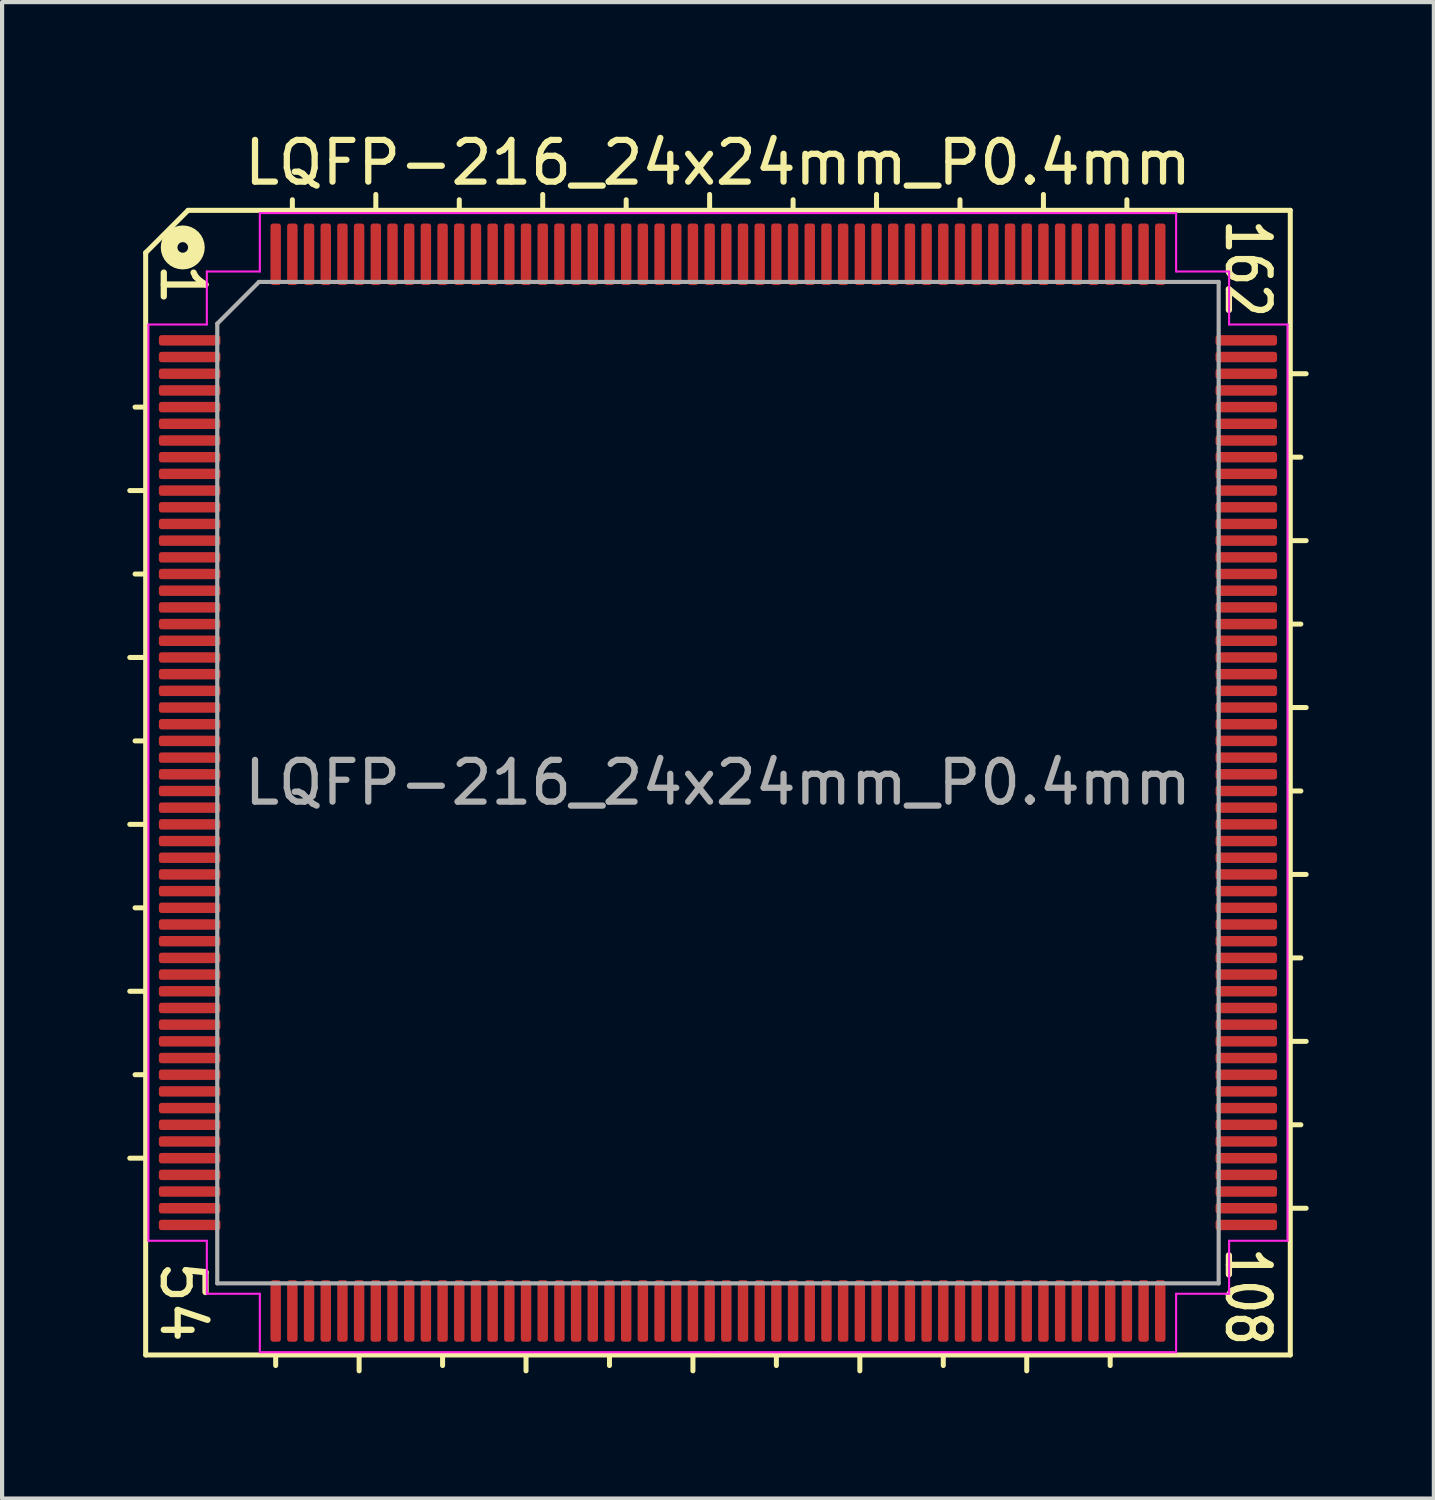
<source format=kicad_pcb>
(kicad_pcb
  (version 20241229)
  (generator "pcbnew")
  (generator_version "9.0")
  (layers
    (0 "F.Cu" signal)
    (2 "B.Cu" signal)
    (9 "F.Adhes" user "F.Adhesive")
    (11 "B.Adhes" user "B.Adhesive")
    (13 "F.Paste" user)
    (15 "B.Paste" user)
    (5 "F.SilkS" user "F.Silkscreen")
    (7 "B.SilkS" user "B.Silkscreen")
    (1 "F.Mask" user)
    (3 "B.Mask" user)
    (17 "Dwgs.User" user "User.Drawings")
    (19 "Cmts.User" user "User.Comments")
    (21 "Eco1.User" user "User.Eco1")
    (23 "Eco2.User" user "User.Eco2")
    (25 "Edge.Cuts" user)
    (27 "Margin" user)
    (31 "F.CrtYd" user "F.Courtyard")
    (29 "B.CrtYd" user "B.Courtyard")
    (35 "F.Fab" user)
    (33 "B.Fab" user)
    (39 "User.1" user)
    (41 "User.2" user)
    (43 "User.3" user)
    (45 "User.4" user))
  (footprint "LQFP-216_24x24mm_P0.4mm"
    (layer "F.Cu")
    (at 14.157 15.707)
    (property "Reference" "LQFP-216_24x24mm_P0.4mm" (at 0 -14.859 0) (layer "F.SilkS") (effects (font (size 1 1) (thickness 0.15))))
    (attr smd)
    (fp_line (start -14.097 -7) (end -13.716 -7) (stroke (width 0.12) (type solid)) (layer "F.SilkS"))
    (fp_line (start -14.097 -3) (end -13.716 -3) (stroke (width 0.12) (type solid)) (layer "F.SilkS"))
    (fp_line (start -14.097 1) (end -13.716 1) (stroke (width 0.12) (type solid)) (layer "F.SilkS"))
    (fp_line (start -14.097 5) (end -13.716 5) (stroke (width 0.12) (type solid)) (layer "F.SilkS"))
    (fp_line (start -14.097 9) (end -13.716 9) (stroke (width 0.12) (type solid)) (layer "F.SilkS"))
    (fp_line (start -13.97 -9) (end -13.716 -9) (stroke (width 0.12) (type solid)) (layer "F.SilkS"))
    (fp_line (start -13.97 -5) (end -13.716 -5) (stroke (width 0.12) (type solid)) (layer "F.SilkS"))
    (fp_line (start -13.97 -1) (end -13.716 -1) (stroke (width 0.12) (type solid)) (layer "F.SilkS"))
    (fp_line (start -13.97 3) (end -13.716 3) (stroke (width 0.12) (type solid)) (layer "F.SilkS"))
    (fp_line (start -13.97 7) (end -13.716 7) (stroke (width 0.12) (type solid)) (layer "F.SilkS"))
    (fp_line (start -13.716 -12.7) (end -13.716 13.716) (stroke (width 0.12) (type solid)) (layer "F.SilkS"))
    (fp_line (start -13.716 13.716) (end 13.716 13.716) (stroke (width 0.12) (type solid)) (layer "F.SilkS"))
    (fp_line (start -12.7 -13.716) (end -13.716 -12.7) (stroke (width 0.12) (type solid)) (layer "F.SilkS"))
    (fp_line (start -10.6 13.97) (end -10.6 13.716) (stroke (width 0.12) (type solid)) (layer "F.SilkS"))
    (fp_line (start -10.2 -13.716) (end -10.2 -13.97) (stroke (width 0.12) (type solid)) (layer "F.SilkS"))
    (fp_line (start -8.6 14.097) (end -8.6 13.716) (stroke (width 0.12) (type solid)) (layer "F.SilkS"))
    (fp_line (start -8.2 -13.716) (end -8.2 -14.097) (stroke (width 0.12) (type solid)) (layer "F.SilkS"))
    (fp_line (start -6.6 13.97) (end -6.6 13.716) (stroke (width 0.12) (type solid)) (layer "F.SilkS"))
    (fp_line (start -6.2 -13.716) (end -6.2 -13.97) (stroke (width 0.12) (type solid)) (layer "F.SilkS"))
    (fp_line (start -4.6 14.097) (end -4.6 13.716) (stroke (width 0.12) (type solid)) (layer "F.SilkS"))
    (fp_line (start -4.2 -13.716) (end -4.2 -14.097) (stroke (width 0.12) (type solid)) (layer "F.SilkS"))
    (fp_line (start -2.6 13.97) (end -2.6 13.716) (stroke (width 0.12) (type solid)) (layer "F.SilkS"))
    (fp_line (start -2.2 -13.716) (end -2.2 -13.97) (stroke (width 0.12) (type solid)) (layer "F.SilkS"))
    (fp_line (start -0.6 14.097) (end -0.6 13.716) (stroke (width 0.12) (type solid)) (layer "F.SilkS"))
    (fp_line (start -0.2 -13.716) (end -0.2 -14.097) (stroke (width 0.12) (type solid)) (layer "F.SilkS"))
    (fp_line (start 1.4 13.97) (end 1.4 13.716) (stroke (width 0.12) (type solid)) (layer "F.SilkS"))
    (fp_line (start 1.8 -13.716) (end 1.8 -13.97) (stroke (width 0.12) (type solid)) (layer "F.SilkS"))
    (fp_line (start 3.4 14.097) (end 3.4 13.716) (stroke (width 0.12) (type solid)) (layer "F.SilkS"))
    (fp_line (start 3.8 -13.716) (end 3.8 -14.097) (stroke (width 0.12) (type solid)) (layer "F.SilkS"))
    (fp_line (start 5.4 13.97) (end 5.4 13.716) (stroke (width 0.12) (type solid)) (layer "F.SilkS"))
    (fp_line (start 5.8 -13.716) (end 5.8 -13.97) (stroke (width 0.12) (type solid)) (layer "F.SilkS"))
    (fp_line (start 7.4 14.097) (end 7.4 13.716) (stroke (width 0.12) (type solid)) (layer "F.SilkS"))
    (fp_line (start 7.8 -13.716) (end 7.8 -14.097) (stroke (width 0.12) (type solid)) (layer "F.SilkS"))
    (fp_line (start 9.4 13.97) (end 9.4 13.716) (stroke (width 0.12) (type solid)) (layer "F.SilkS"))
    (fp_line (start 9.8 -13.716) (end 9.8 -13.97) (stroke (width 0.12) (type solid)) (layer "F.SilkS"))
    (fp_line (start 13.716 -13.716) (end -12.7 -13.716) (stroke (width 0.12) (type solid)) (layer "F.SilkS"))
    (fp_line (start 13.716 -9.8) (end 14.097 -9.8) (stroke (width 0.12) (type solid)) (layer "F.SilkS"))
    (fp_line (start 13.716 -7.8) (end 13.97 -7.8) (stroke (width 0.12) (type solid)) (layer "F.SilkS"))
    (fp_line (start 13.716 -5.8) (end 14.097 -5.8) (stroke (width 0.12) (type solid)) (layer "F.SilkS"))
    (fp_line (start 13.716 -3.8) (end 13.97 -3.8) (stroke (width 0.12) (type solid)) (layer "F.SilkS"))
    (fp_line (start 13.716 -1.8) (end 14.097 -1.8) (stroke (width 0.12) (type solid)) (layer "F.SilkS"))
    (fp_line (start 13.716 0.2) (end 13.97 0.2) (stroke (width 0.12) (type solid)) (layer "F.SilkS"))
    (fp_line (start 13.716 2.2) (end 14.097 2.2) (stroke (width 0.12) (type solid)) (layer "F.SilkS"))
    (fp_line (start 13.716 4.2) (end 13.97 4.2) (stroke (width 0.12) (type solid)) (layer "F.SilkS"))
    (fp_line (start 13.716 6.2) (end 14.097 6.2) (stroke (width 0.12) (type solid)) (layer "F.SilkS"))
    (fp_line (start 13.716 8.2) (end 13.97 8.2) (stroke (width 0.12) (type solid)) (layer "F.SilkS"))
    (fp_line (start 13.716 10.2) (end 14.097 10.2) (stroke (width 0.12) (type solid)) (layer "F.SilkS"))
    (fp_line (start 13.716 13.716) (end 13.716 -13.716) (stroke (width 0.12) (type solid)) (layer "F.SilkS"))
    (fp_circle (center -12.827 -12.827) (end -12.7 -12.827) (stroke (width 0.4) (type solid)) (fill no) (layer "F.SilkS"))
    (fp_line (start -13.65 -10.98) (end -13.65 0) (stroke (width 0.05) (type solid)) (layer "F.CrtYd"))
    (fp_line (start -13.65 10.98) (end -13.65 0) (stroke (width 0.05) (type solid)) (layer "F.CrtYd"))
    (fp_line (start -12.25 -12.25) (end -12.25 -10.98) (stroke (width 0.05) (type solid)) (layer "F.CrtYd"))
    (fp_line (start -12.25 -10.98) (end -13.65 -10.98) (stroke (width 0.05) (type solid)) (layer "F.CrtYd"))
    (fp_line (start -12.25 10.98) (end -13.65 10.98) (stroke (width 0.05) (type solid)) (layer "F.CrtYd"))
    (fp_line (start -12.25 12.25) (end -12.25 10.98) (stroke (width 0.05) (type solid)) (layer "F.CrtYd"))
    (fp_line (start -10.98 -13.65) (end -10.98 -12.25) (stroke (width 0.05) (type solid)) (layer "F.CrtYd"))
    (fp_line (start -10.98 -12.25) (end -12.25 -12.25) (stroke (width 0.05) (type solid)) (layer "F.CrtYd"))
    (fp_line (start -10.98 12.25) (end -12.25 12.25) (stroke (width 0.05) (type solid)) (layer "F.CrtYd"))
    (fp_line (start -10.98 13.65) (end -10.98 12.25) (stroke (width 0.05) (type solid)) (layer "F.CrtYd"))
    (fp_line (start 0 -13.65) (end -10.98 -13.65) (stroke (width 0.05) (type solid)) (layer "F.CrtYd"))
    (fp_line (start 0 -13.65) (end 10.98 -13.65) (stroke (width 0.05) (type solid)) (layer "F.CrtYd"))
    (fp_line (start 0 13.65) (end -10.98 13.65) (stroke (width 0.05) (type solid)) (layer "F.CrtYd"))
    (fp_line (start 0 13.65) (end 10.98 13.65) (stroke (width 0.05) (type solid)) (layer "F.CrtYd"))
    (fp_line (start 10.98 -13.65) (end 10.98 -12.25) (stroke (width 0.05) (type solid)) (layer "F.CrtYd"))
    (fp_line (start 10.98 -12.25) (end 12.25 -12.25) (stroke (width 0.05) (type solid)) (layer "F.CrtYd"))
    (fp_line (start 10.98 12.25) (end 12.25 12.25) (stroke (width 0.05) (type solid)) (layer "F.CrtYd"))
    (fp_line (start 10.98 13.65) (end 10.98 12.25) (stroke (width 0.05) (type solid)) (layer "F.CrtYd"))
    (fp_line (start 12.25 -12.25) (end 12.25 -10.98) (stroke (width 0.05) (type solid)) (layer "F.CrtYd"))
    (fp_line (start 12.25 -10.98) (end 13.65 -10.98) (stroke (width 0.05) (type solid)) (layer "F.CrtYd"))
    (fp_line (start 12.25 10.98) (end 13.65 10.98) (stroke (width 0.05) (type solid)) (layer "F.CrtYd"))
    (fp_line (start 12.25 12.25) (end 12.25 10.98) (stroke (width 0.05) (type solid)) (layer "F.CrtYd"))
    (fp_line (start 13.65 -10.98) (end 13.65 0) (stroke (width 0.05) (type solid)) (layer "F.CrtYd"))
    (fp_line (start 13.65 10.98) (end 13.65 0) (stroke (width 0.05) (type solid)) (layer "F.CrtYd"))
    (fp_line (start -12 -11) (end -11 -12) (stroke (width 0.1) (type solid)) (layer "F.Fab"))
    (fp_line (start -12 12) (end -12 -11) (stroke (width 0.1) (type solid)) (layer "F.Fab"))
    (fp_line (start -11 -12) (end 12 -12) (stroke (width 0.1) (type solid)) (layer "F.Fab"))
    (fp_line (start 12 -12) (end 12 12) (stroke (width 0.1) (type solid)) (layer "F.Fab"))
    (fp_line (start 12 12) (end -12 12) (stroke (width 0.1) (type solid)) (layer "F.Fab"))
    (fp_text user "162" (at 12.7 -12.319 270) (unlocked yes) (layer "F.SilkS") (effects (font (size 1 0.8) (thickness 0.15))))
    (fp_text user "54" (at -12.827 12.446 270) (unlocked yes) (layer "F.SilkS") (effects (font (size 1 1) (thickness 0.15))))
    (fp_text user "1" (at -12.827 -11.938 270) (unlocked yes) (layer "F.SilkS") (effects (font (size 1 1) (thickness 0.15))))
    (fp_text user "108" (at 12.7 12.319 270) (unlocked yes) (layer "F.SilkS") (effects (font (size 1 0.8) (thickness 0.15))))
    (fp_text user "${REFERENCE}" (at 0 0 0) (layer "F.Fab") (effects (font (size 1 1) (thickness 0.15))))
    (pad "1" smd roundrect (at -12.662 -10.6) (size 1.475 0.25) (layers "F.Cu" "F.Mask" "F.Paste") (roundrect_rratio 0.25))
    (pad "2" smd roundrect (at -12.662 -10.2) (size 1.475 0.25) (layers "F.Cu" "F.Mask" "F.Paste") (roundrect_rratio 0.25))
    (pad "3" smd roundrect (at -12.662 -9.8) (size 1.475 0.25) (layers "F.Cu" "F.Mask" "F.Paste") (roundrect_rratio 0.25))
    (pad "4" smd roundrect (at -12.662 -9.4) (size 1.475 0.25) (layers "F.Cu" "F.Mask" "F.Paste") (roundrect_rratio 0.25))
    (pad "5" smd roundrect (at -12.662 -9) (size 1.475 0.25) (layers "F.Cu" "F.Mask" "F.Paste") (roundrect_rratio 0.25))
    (pad "6" smd roundrect (at -12.662 -8.6) (size 1.475 0.25) (layers "F.Cu" "F.Mask" "F.Paste") (roundrect_rratio 0.25))
    (pad "7" smd roundrect (at -12.662 -8.2) (size 1.475 0.25) (layers "F.Cu" "F.Mask" "F.Paste") (roundrect_rratio 0.25))
    (pad "8" smd roundrect (at -12.662 -7.8) (size 1.475 0.25) (layers "F.Cu" "F.Mask" "F.Paste") (roundrect_rratio 0.25))
    (pad "9" smd roundrect (at -12.662 -7.4) (size 1.475 0.25) (layers "F.Cu" "F.Mask" "F.Paste") (roundrect_rratio 0.25))
    (pad "10" smd roundrect (at -12.662 -7) (size 1.475 0.25) (layers "F.Cu" "F.Mask" "F.Paste") (roundrect_rratio 0.25))
    (pad "11" smd roundrect (at -12.662 -6.6) (size 1.475 0.25) (layers "F.Cu" "F.Mask" "F.Paste") (roundrect_rratio 0.25))
    (pad "12" smd roundrect (at -12.662 -6.2) (size 1.475 0.25) (layers "F.Cu" "F.Mask" "F.Paste") (roundrect_rratio 0.25))
    (pad "13" smd roundrect (at -12.662 -5.8) (size 1.475 0.25) (layers "F.Cu" "F.Mask" "F.Paste") (roundrect_rratio 0.25))
    (pad "14" smd roundrect (at -12.662 -5.4) (size 1.475 0.25) (layers "F.Cu" "F.Mask" "F.Paste") (roundrect_rratio 0.25))
    (pad "15" smd roundrect (at -12.662 -5) (size 1.475 0.25) (layers "F.Cu" "F.Mask" "F.Paste") (roundrect_rratio 0.25))
    (pad "16" smd roundrect (at -12.662 -4.6) (size 1.475 0.25) (layers "F.Cu" "F.Mask" "F.Paste") (roundrect_rratio 0.25))
    (pad "17" smd roundrect (at -12.662 -4.2) (size 1.475 0.25) (layers "F.Cu" "F.Mask" "F.Paste") (roundrect_rratio 0.25))
    (pad "18" smd roundrect (at -12.662 -3.8) (size 1.475 0.25) (layers "F.Cu" "F.Mask" "F.Paste") (roundrect_rratio 0.25))
    (pad "19" smd roundrect (at -12.662 -3.4) (size 1.475 0.25) (layers "F.Cu" "F.Mask" "F.Paste") (roundrect_rratio 0.25))
    (pad "20" smd roundrect (at -12.662 -3) (size 1.475 0.25) (layers "F.Cu" "F.Mask" "F.Paste") (roundrect_rratio 0.25))
    (pad "21" smd roundrect (at -12.662 -2.6) (size 1.475 0.25) (layers "F.Cu" "F.Mask" "F.Paste") (roundrect_rratio 0.25))
    (pad "22" smd roundrect (at -12.662 -2.2) (size 1.475 0.25) (layers "F.Cu" "F.Mask" "F.Paste") (roundrect_rratio 0.25))
    (pad "23" smd roundrect (at -12.662 -1.8) (size 1.475 0.25) (layers "F.Cu" "F.Mask" "F.Paste") (roundrect_rratio 0.25))
    (pad "24" smd roundrect (at -12.662 -1.4) (size 1.475 0.25) (layers "F.Cu" "F.Mask" "F.Paste") (roundrect_rratio 0.25))
    (pad "25" smd roundrect (at -12.662 -1) (size 1.475 0.25) (layers "F.Cu" "F.Mask" "F.Paste") (roundrect_rratio 0.25))
    (pad "26" smd roundrect (at -12.662 -0.6) (size 1.475 0.25) (layers "F.Cu" "F.Mask" "F.Paste") (roundrect_rratio 0.25))
    (pad "27" smd roundrect (at -12.662 -0.2) (size 1.475 0.25) (layers "F.Cu" "F.Mask" "F.Paste") (roundrect_rratio 0.25))
    (pad "28" smd roundrect (at -12.662 0.2) (size 1.475 0.25) (layers "F.Cu" "F.Mask" "F.Paste") (roundrect_rratio 0.25))
    (pad "29" smd roundrect (at -12.662 0.6) (size 1.475 0.25) (layers "F.Cu" "F.Mask" "F.Paste") (roundrect_rratio 0.25))
    (pad "30" smd roundrect (at -12.662 1) (size 1.475 0.25) (layers "F.Cu" "F.Mask" "F.Paste") (roundrect_rratio 0.25))
    (pad "31" smd roundrect (at -12.662 1.4) (size 1.475 0.25) (layers "F.Cu" "F.Mask" "F.Paste") (roundrect_rratio 0.25))
    (pad "32" smd roundrect (at -12.662 1.8) (size 1.475 0.25) (layers "F.Cu" "F.Mask" "F.Paste") (roundrect_rratio 0.25))
    (pad "33" smd roundrect (at -12.662 2.2) (size 1.475 0.25) (layers "F.Cu" "F.Mask" "F.Paste") (roundrect_rratio 0.25))
    (pad "34" smd roundrect (at -12.662 2.6) (size 1.475 0.25) (layers "F.Cu" "F.Mask" "F.Paste") (roundrect_rratio 0.25))
    (pad "35" smd roundrect (at -12.662 3) (size 1.475 0.25) (layers "F.Cu" "F.Mask" "F.Paste") (roundrect_rratio 0.25))
    (pad "36" smd roundrect (at -12.662 3.4) (size 1.475 0.25) (layers "F.Cu" "F.Mask" "F.Paste") (roundrect_rratio 0.25))
    (pad "37" smd roundrect (at -12.662 3.8) (size 1.475 0.25) (layers "F.Cu" "F.Mask" "F.Paste") (roundrect_rratio 0.25))
    (pad "38" smd roundrect (at -12.662 4.2) (size 1.475 0.25) (layers "F.Cu" "F.Mask" "F.Paste") (roundrect_rratio 0.25))
    (pad "39" smd roundrect (at -12.662 4.6) (size 1.475 0.25) (layers "F.Cu" "F.Mask" "F.Paste") (roundrect_rratio 0.25))
    (pad "40" smd roundrect (at -12.662 5) (size 1.475 0.25) (layers "F.Cu" "F.Mask" "F.Paste") (roundrect_rratio 0.25))
    (pad "41" smd roundrect (at -12.662 5.4) (size 1.475 0.25) (layers "F.Cu" "F.Mask" "F.Paste") (roundrect_rratio 0.25))
    (pad "42" smd roundrect (at -12.662 5.8) (size 1.475 0.25) (layers "F.Cu" "F.Mask" "F.Paste") (roundrect_rratio 0.25))
    (pad "43" smd roundrect (at -12.662 6.2) (size 1.475 0.25) (layers "F.Cu" "F.Mask" "F.Paste") (roundrect_rratio 0.25))
    (pad "44" smd roundrect (at -12.662 6.6) (size 1.475 0.25) (layers "F.Cu" "F.Mask" "F.Paste") (roundrect_rratio 0.25))
    (pad "45" smd roundrect (at -12.662 7) (size 1.475 0.25) (layers "F.Cu" "F.Mask" "F.Paste") (roundrect_rratio 0.25))
    (pad "46" smd roundrect (at -12.662 7.4) (size 1.475 0.25) (layers "F.Cu" "F.Mask" "F.Paste") (roundrect_rratio 0.25))
    (pad "47" smd roundrect (at -12.662 7.8) (size 1.475 0.25) (layers "F.Cu" "F.Mask" "F.Paste") (roundrect_rratio 0.25))
    (pad "48" smd roundrect (at -12.662 8.2) (size 1.475 0.25) (layers "F.Cu" "F.Mask" "F.Paste") (roundrect_rratio 0.25))
    (pad "49" smd roundrect (at -12.662 8.6) (size 1.475 0.25) (layers "F.Cu" "F.Mask" "F.Paste") (roundrect_rratio 0.25))
    (pad "50" smd roundrect (at -12.662 9) (size 1.475 0.25) (layers "F.Cu" "F.Mask" "F.Paste") (roundrect_rratio 0.25))
    (pad "51" smd roundrect (at -12.662 9.4) (size 1.475 0.25) (layers "F.Cu" "F.Mask" "F.Paste") (roundrect_rratio 0.25))
    (pad "52" smd roundrect (at -12.662 9.8) (size 1.475 0.25) (layers "F.Cu" "F.Mask" "F.Paste") (roundrect_rratio 0.25))
    (pad "53" smd roundrect (at -12.662 10.2) (size 1.475 0.25) (layers "F.Cu" "F.Mask" "F.Paste") (roundrect_rratio 0.25))
    (pad "54" smd roundrect (at -12.662 10.6) (size 1.475 0.25) (layers "F.Cu" "F.Mask" "F.Paste") (roundrect_rratio 0.25))
    (pad "55" smd roundrect (at -10.6 12.662) (size 0.25 1.475) (layers "F.Cu" "F.Mask" "F.Paste") (roundrect_rratio 0.25))
    (pad "56" smd roundrect (at -10.2 12.662) (size 0.25 1.475) (layers "F.Cu" "F.Mask" "F.Paste") (roundrect_rratio 0.25))
    (pad "57" smd roundrect (at -9.8 12.662) (size 0.25 1.475) (layers "F.Cu" "F.Mask" "F.Paste") (roundrect_rratio 0.25))
    (pad "58" smd roundrect (at -9.4 12.662) (size 0.25 1.475) (layers "F.Cu" "F.Mask" "F.Paste") (roundrect_rratio 0.25))
    (pad "59" smd roundrect (at -9 12.662) (size 0.25 1.475) (layers "F.Cu" "F.Mask" "F.Paste") (roundrect_rratio 0.25))
    (pad "60" smd roundrect (at -8.6 12.662) (size 0.25 1.475) (layers "F.Cu" "F.Mask" "F.Paste") (roundrect_rratio 0.25))
    (pad "61" smd roundrect (at -8.2 12.662) (size 0.25 1.475) (layers "F.Cu" "F.Mask" "F.Paste") (roundrect_rratio 0.25))
    (pad "62" smd roundrect (at -7.8 12.662) (size 0.25 1.475) (layers "F.Cu" "F.Mask" "F.Paste") (roundrect_rratio 0.25))
    (pad "63" smd roundrect (at -7.4 12.662) (size 0.25 1.475) (layers "F.Cu" "F.Mask" "F.Paste") (roundrect_rratio 0.25))
    (pad "64" smd roundrect (at -7 12.662) (size 0.25 1.475) (layers "F.Cu" "F.Mask" "F.Paste") (roundrect_rratio 0.25))
    (pad "65" smd roundrect (at -6.6 12.662) (size 0.25 1.475) (layers "F.Cu" "F.Mask" "F.Paste") (roundrect_rratio 0.25))
    (pad "66" smd roundrect (at -6.2 12.662) (size 0.25 1.475) (layers "F.Cu" "F.Mask" "F.Paste") (roundrect_rratio 0.25))
    (pad "67" smd roundrect (at -5.8 12.662) (size 0.25 1.475) (layers "F.Cu" "F.Mask" "F.Paste") (roundrect_rratio 0.25))
    (pad "68" smd roundrect (at -5.4 12.662) (size 0.25 1.475) (layers "F.Cu" "F.Mask" "F.Paste") (roundrect_rratio 0.25))
    (pad "69" smd roundrect (at -5 12.662) (size 0.25 1.475) (layers "F.Cu" "F.Mask" "F.Paste") (roundrect_rratio 0.25))
    (pad "70" smd roundrect (at -4.6 12.662) (size 0.25 1.475) (layers "F.Cu" "F.Mask" "F.Paste") (roundrect_rratio 0.25))
    (pad "71" smd roundrect (at -4.2 12.662) (size 0.25 1.475) (layers "F.Cu" "F.Mask" "F.Paste") (roundrect_rratio 0.25))
    (pad "72" smd roundrect (at -3.8 12.662) (size 0.25 1.475) (layers "F.Cu" "F.Mask" "F.Paste") (roundrect_rratio 0.25))
    (pad "73" smd roundrect (at -3.4 12.662) (size 0.25 1.475) (layers "F.Cu" "F.Mask" "F.Paste") (roundrect_rratio 0.25))
    (pad "74" smd roundrect (at -3 12.662) (size 0.25 1.475) (layers "F.Cu" "F.Mask" "F.Paste") (roundrect_rratio 0.25))
    (pad "75" smd roundrect (at -2.6 12.662) (size 0.25 1.475) (layers "F.Cu" "F.Mask" "F.Paste") (roundrect_rratio 0.25))
    (pad "76" smd roundrect (at -2.2 12.662) (size 0.25 1.475) (layers "F.Cu" "F.Mask" "F.Paste") (roundrect_rratio 0.25))
    (pad "77" smd roundrect (at -1.8 12.662) (size 0.25 1.475) (layers "F.Cu" "F.Mask" "F.Paste") (roundrect_rratio 0.25))
    (pad "78" smd roundrect (at -1.4 12.662) (size 0.25 1.475) (layers "F.Cu" "F.Mask" "F.Paste") (roundrect_rratio 0.25))
    (pad "79" smd roundrect (at -1 12.662) (size 0.25 1.475) (layers "F.Cu" "F.Mask" "F.Paste") (roundrect_rratio 0.25))
    (pad "80" smd roundrect (at -0.6 12.662) (size 0.25 1.475) (layers "F.Cu" "F.Mask" "F.Paste") (roundrect_rratio 0.25))
    (pad "81" smd roundrect (at -0.2 12.662) (size 0.25 1.475) (layers "F.Cu" "F.Mask" "F.Paste") (roundrect_rratio 0.25))
    (pad "82" smd roundrect (at 0.2 12.662) (size 0.25 1.475) (layers "F.Cu" "F.Mask" "F.Paste") (roundrect_rratio 0.25))
    (pad "83" smd roundrect (at 0.6 12.662) (size 0.25 1.475) (layers "F.Cu" "F.Mask" "F.Paste") (roundrect_rratio 0.25))
    (pad "84" smd roundrect (at 1 12.662) (size 0.25 1.475) (layers "F.Cu" "F.Mask" "F.Paste") (roundrect_rratio 0.25))
    (pad "85" smd roundrect (at 1.4 12.662) (size 0.25 1.475) (layers "F.Cu" "F.Mask" "F.Paste") (roundrect_rratio 0.25))
    (pad "86" smd roundrect (at 1.8 12.662) (size 0.25 1.475) (layers "F.Cu" "F.Mask" "F.Paste") (roundrect_rratio 0.25))
    (pad "87" smd roundrect (at 2.2 12.662) (size 0.25 1.475) (layers "F.Cu" "F.Mask" "F.Paste") (roundrect_rratio 0.25))
    (pad "88" smd roundrect (at 2.6 12.662) (size 0.25 1.475) (layers "F.Cu" "F.Mask" "F.Paste") (roundrect_rratio 0.25))
    (pad "89" smd roundrect (at 3 12.662) (size 0.25 1.475) (layers "F.Cu" "F.Mask" "F.Paste") (roundrect_rratio 0.25))
    (pad "90" smd roundrect (at 3.4 12.662) (size 0.25 1.475) (layers "F.Cu" "F.Mask" "F.Paste") (roundrect_rratio 0.25))
    (pad "91" smd roundrect (at 3.8 12.662) (size 0.25 1.475) (layers "F.Cu" "F.Mask" "F.Paste") (roundrect_rratio 0.25))
    (pad "92" smd roundrect (at 4.2 12.662) (size 0.25 1.475) (layers "F.Cu" "F.Mask" "F.Paste") (roundrect_rratio 0.25))
    (pad "93" smd roundrect (at 4.6 12.662) (size 0.25 1.475) (layers "F.Cu" "F.Mask" "F.Paste") (roundrect_rratio 0.25))
    (pad "94" smd roundrect (at 5 12.662) (size 0.25 1.475) (layers "F.Cu" "F.Mask" "F.Paste") (roundrect_rratio 0.25))
    (pad "95" smd roundrect (at 5.4 12.662) (size 0.25 1.475) (layers "F.Cu" "F.Mask" "F.Paste") (roundrect_rratio 0.25))
    (pad "96" smd roundrect (at 5.8 12.662) (size 0.25 1.475) (layers "F.Cu" "F.Mask" "F.Paste") (roundrect_rratio 0.25))
    (pad "97" smd roundrect (at 6.2 12.662) (size 0.25 1.475) (layers "F.Cu" "F.Mask" "F.Paste") (roundrect_rratio 0.25))
    (pad "98" smd roundrect (at 6.6 12.662) (size 0.25 1.475) (layers "F.Cu" "F.Mask" "F.Paste") (roundrect_rratio 0.25))
    (pad "99" smd roundrect (at 7 12.662) (size 0.25 1.475) (layers "F.Cu" "F.Mask" "F.Paste") (roundrect_rratio 0.25))
    (pad "100" smd roundrect (at 7.4 12.662) (size 0.25 1.475) (layers "F.Cu" "F.Mask" "F.Paste") (roundrect_rratio 0.25))
    (pad "101" smd roundrect (at 7.8 12.662) (size 0.25 1.475) (layers "F.Cu" "F.Mask" "F.Paste") (roundrect_rratio 0.25))
    (pad "102" smd roundrect (at 8.2 12.662) (size 0.25 1.475) (layers "F.Cu" "F.Mask" "F.Paste") (roundrect_rratio 0.25))
    (pad "103" smd roundrect (at 8.6 12.662) (size 0.25 1.475) (layers "F.Cu" "F.Mask" "F.Paste") (roundrect_rratio 0.25))
    (pad "104" smd roundrect (at 9 12.662) (size 0.25 1.475) (layers "F.Cu" "F.Mask" "F.Paste") (roundrect_rratio 0.25))
    (pad "105" smd roundrect (at 9.4 12.662) (size 0.25 1.475) (layers "F.Cu" "F.Mask" "F.Paste") (roundrect_rratio 0.25))
    (pad "106" smd roundrect (at 9.8 12.662) (size 0.25 1.475) (layers "F.Cu" "F.Mask" "F.Paste") (roundrect_rratio 0.25))
    (pad "107" smd roundrect (at 10.2 12.662) (size 0.25 1.475) (layers "F.Cu" "F.Mask" "F.Paste") (roundrect_rratio 0.25))
    (pad "108" smd roundrect (at 10.6 12.662) (size 0.25 1.475) (layers "F.Cu" "F.Mask" "F.Paste") (roundrect_rratio 0.25))
    (pad "109" smd roundrect (at 12.662 10.6) (size 1.475 0.25) (layers "F.Cu" "F.Mask" "F.Paste") (roundrect_rratio 0.25))
    (pad "110" smd roundrect (at 12.662 10.2) (size 1.475 0.25) (layers "F.Cu" "F.Mask" "F.Paste") (roundrect_rratio 0.25))
    (pad "111" smd roundrect (at 12.662 9.8) (size 1.475 0.25) (layers "F.Cu" "F.Mask" "F.Paste") (roundrect_rratio 0.25))
    (pad "112" smd roundrect (at 12.662 9.4) (size 1.475 0.25) (layers "F.Cu" "F.Mask" "F.Paste") (roundrect_rratio 0.25))
    (pad "113" smd roundrect (at 12.662 9) (size 1.475 0.25) (layers "F.Cu" "F.Mask" "F.Paste") (roundrect_rratio 0.25))
    (pad "114" smd roundrect (at 12.662 8.6) (size 1.475 0.25) (layers "F.Cu" "F.Mask" "F.Paste") (roundrect_rratio 0.25))
    (pad "115" smd roundrect (at 12.662 8.2) (size 1.475 0.25) (layers "F.Cu" "F.Mask" "F.Paste") (roundrect_rratio 0.25))
    (pad "116" smd roundrect (at 12.662 7.8) (size 1.475 0.25) (layers "F.Cu" "F.Mask" "F.Paste") (roundrect_rratio 0.25))
    (pad "117" smd roundrect (at 12.662 7.4) (size 1.475 0.25) (layers "F.Cu" "F.Mask" "F.Paste") (roundrect_rratio 0.25))
    (pad "118" smd roundrect (at 12.662 7) (size 1.475 0.25) (layers "F.Cu" "F.Mask" "F.Paste") (roundrect_rratio 0.25))
    (pad "119" smd roundrect (at 12.662 6.6) (size 1.475 0.25) (layers "F.Cu" "F.Mask" "F.Paste") (roundrect_rratio 0.25))
    (pad "120" smd roundrect (at 12.662 6.2) (size 1.475 0.25) (layers "F.Cu" "F.Mask" "F.Paste") (roundrect_rratio 0.25))
    (pad "121" smd roundrect (at 12.662 5.8) (size 1.475 0.25) (layers "F.Cu" "F.Mask" "F.Paste") (roundrect_rratio 0.25))
    (pad "122" smd roundrect (at 12.662 5.4) (size 1.475 0.25) (layers "F.Cu" "F.Mask" "F.Paste") (roundrect_rratio 0.25))
    (pad "123" smd roundrect (at 12.662 5) (size 1.475 0.25) (layers "F.Cu" "F.Mask" "F.Paste") (roundrect_rratio 0.25))
    (pad "124" smd roundrect (at 12.662 4.6) (size 1.475 0.25) (layers "F.Cu" "F.Mask" "F.Paste") (roundrect_rratio 0.25))
    (pad "125" smd roundrect (at 12.662 4.2) (size 1.475 0.25) (layers "F.Cu" "F.Mask" "F.Paste") (roundrect_rratio 0.25))
    (pad "126" smd roundrect (at 12.662 3.8) (size 1.475 0.25) (layers "F.Cu" "F.Mask" "F.Paste") (roundrect_rratio 0.25))
    (pad "127" smd roundrect (at 12.662 3.4) (size 1.475 0.25) (layers "F.Cu" "F.Mask" "F.Paste") (roundrect_rratio 0.25))
    (pad "128" smd roundrect (at 12.662 3) (size 1.475 0.25) (layers "F.Cu" "F.Mask" "F.Paste") (roundrect_rratio 0.25))
    (pad "129" smd roundrect (at 12.662 2.6) (size 1.475 0.25) (layers "F.Cu" "F.Mask" "F.Paste") (roundrect_rratio 0.25))
    (pad "130" smd roundrect (at 12.662 2.2) (size 1.475 0.25) (layers "F.Cu" "F.Mask" "F.Paste") (roundrect_rratio 0.25))
    (pad "131" smd roundrect (at 12.662 1.8) (size 1.475 0.25) (layers "F.Cu" "F.Mask" "F.Paste") (roundrect_rratio 0.25))
    (pad "132" smd roundrect (at 12.662 1.4) (size 1.475 0.25) (layers "F.Cu" "F.Mask" "F.Paste") (roundrect_rratio 0.25))
    (pad "133" smd roundrect (at 12.662 1) (size 1.475 0.25) (layers "F.Cu" "F.Mask" "F.Paste") (roundrect_rratio 0.25))
    (pad "134" smd roundrect (at 12.662 0.6) (size 1.475 0.25) (layers "F.Cu" "F.Mask" "F.Paste") (roundrect_rratio 0.25))
    (pad "135" smd roundrect (at 12.662 0.2) (size 1.475 0.25) (layers "F.Cu" "F.Mask" "F.Paste") (roundrect_rratio 0.25))
    (pad "136" smd roundrect (at 12.662 -0.2) (size 1.475 0.25) (layers "F.Cu" "F.Mask" "F.Paste") (roundrect_rratio 0.25))
    (pad "137" smd roundrect (at 12.662 -0.6) (size 1.475 0.25) (layers "F.Cu" "F.Mask" "F.Paste") (roundrect_rratio 0.25))
    (pad "138" smd roundrect (at 12.662 -1) (size 1.475 0.25) (layers "F.Cu" "F.Mask" "F.Paste") (roundrect_rratio 0.25))
    (pad "139" smd roundrect (at 12.662 -1.4) (size 1.475 0.25) (layers "F.Cu" "F.Mask" "F.Paste") (roundrect_rratio 0.25))
    (pad "140" smd roundrect (at 12.662 -1.8) (size 1.475 0.25) (layers "F.Cu" "F.Mask" "F.Paste") (roundrect_rratio 0.25))
    (pad "141" smd roundrect (at 12.662 -2.2) (size 1.475 0.25) (layers "F.Cu" "F.Mask" "F.Paste") (roundrect_rratio 0.25))
    (pad "142" smd roundrect (at 12.662 -2.6) (size 1.475 0.25) (layers "F.Cu" "F.Mask" "F.Paste") (roundrect_rratio 0.25))
    (pad "143" smd roundrect (at 12.662 -3) (size 1.475 0.25) (layers "F.Cu" "F.Mask" "F.Paste") (roundrect_rratio 0.25))
    (pad "144" smd roundrect (at 12.662 -3.4) (size 1.475 0.25) (layers "F.Cu" "F.Mask" "F.Paste") (roundrect_rratio 0.25))
    (pad "145" smd roundrect (at 12.662 -3.8) (size 1.475 0.25) (layers "F.Cu" "F.Mask" "F.Paste") (roundrect_rratio 0.25))
    (pad "146" smd roundrect (at 12.662 -4.2) (size 1.475 0.25) (layers "F.Cu" "F.Mask" "F.Paste") (roundrect_rratio 0.25))
    (pad "147" smd roundrect (at 12.662 -4.6) (size 1.475 0.25) (layers "F.Cu" "F.Mask" "F.Paste") (roundrect_rratio 0.25))
    (pad "148" smd roundrect (at 12.662 -5) (size 1.475 0.25) (layers "F.Cu" "F.Mask" "F.Paste") (roundrect_rratio 0.25))
    (pad "149" smd roundrect (at 12.662 -5.4) (size 1.475 0.25) (layers "F.Cu" "F.Mask" "F.Paste") (roundrect_rratio 0.25))
    (pad "150" smd roundrect (at 12.662 -5.8) (size 1.475 0.25) (layers "F.Cu" "F.Mask" "F.Paste") (roundrect_rratio 0.25))
    (pad "151" smd roundrect (at 12.662 -6.2) (size 1.475 0.25) (layers "F.Cu" "F.Mask" "F.Paste") (roundrect_rratio 0.25))
    (pad "152" smd roundrect (at 12.662 -6.6) (size 1.475 0.25) (layers "F.Cu" "F.Mask" "F.Paste") (roundrect_rratio 0.25))
    (pad "153" smd roundrect (at 12.662 -7) (size 1.475 0.25) (layers "F.Cu" "F.Mask" "F.Paste") (roundrect_rratio 0.25))
    (pad "154" smd roundrect (at 12.662 -7.4) (size 1.475 0.25) (layers "F.Cu" "F.Mask" "F.Paste") (roundrect_rratio 0.25))
    (pad "155" smd roundrect (at 12.662 -7.8) (size 1.475 0.25) (layers "F.Cu" "F.Mask" "F.Paste") (roundrect_rratio 0.25))
    (pad "156" smd roundrect (at 12.662 -8.2) (size 1.475 0.25) (layers "F.Cu" "F.Mask" "F.Paste") (roundrect_rratio 0.25))
    (pad "157" smd roundrect (at 12.662 -8.6) (size 1.475 0.25) (layers "F.Cu" "F.Mask" "F.Paste") (roundrect_rratio 0.25))
    (pad "158" smd roundrect (at 12.662 -9) (size 1.475 0.25) (layers "F.Cu" "F.Mask" "F.Paste") (roundrect_rratio 0.25))
    (pad "159" smd roundrect (at 12.662 -9.4) (size 1.475 0.25) (layers "F.Cu" "F.Mask" "F.Paste") (roundrect_rratio 0.25))
    (pad "160" smd roundrect (at 12.662 -9.8) (size 1.475 0.25) (layers "F.Cu" "F.Mask" "F.Paste") (roundrect_rratio 0.25))
    (pad "161" smd roundrect (at 12.662 -10.2) (size 1.475 0.25) (layers "F.Cu" "F.Mask" "F.Paste") (roundrect_rratio 0.25))
    (pad "162" smd roundrect (at 12.662 -10.6) (size 1.475 0.25) (layers "F.Cu" "F.Mask" "F.Paste") (roundrect_rratio 0.25))
    (pad "163" smd roundrect (at 10.6 -12.662) (size 0.25 1.475) (layers "F.Cu" "F.Mask" "F.Paste") (roundrect_rratio 0.25))
    (pad "164" smd roundrect (at 10.2 -12.662) (size 0.25 1.475) (layers "F.Cu" "F.Mask" "F.Paste") (roundrect_rratio 0.25))
    (pad "165" smd roundrect (at 9.8 -12.662) (size 0.25 1.475) (layers "F.Cu" "F.Mask" "F.Paste") (roundrect_rratio 0.25))
    (pad "166" smd roundrect (at 9.4 -12.662) (size 0.25 1.475) (layers "F.Cu" "F.Mask" "F.Paste") (roundrect_rratio 0.25))
    (pad "167" smd roundrect (at 9 -12.662) (size 0.25 1.475) (layers "F.Cu" "F.Mask" "F.Paste") (roundrect_rratio 0.25))
    (pad "168" smd roundrect (at 8.6 -12.662) (size 0.25 1.475) (layers "F.Cu" "F.Mask" "F.Paste") (roundrect_rratio 0.25))
    (pad "169" smd roundrect (at 8.2 -12.662) (size 0.25 1.475) (layers "F.Cu" "F.Mask" "F.Paste") (roundrect_rratio 0.25))
    (pad "170" smd roundrect (at 7.8 -12.662) (size 0.25 1.475) (layers "F.Cu" "F.Mask" "F.Paste") (roundrect_rratio 0.25))
    (pad "171" smd roundrect (at 7.4 -12.662) (size 0.25 1.475) (layers "F.Cu" "F.Mask" "F.Paste") (roundrect_rratio 0.25))
    (pad "172" smd roundrect (at 7 -12.662) (size 0.25 1.475) (layers "F.Cu" "F.Mask" "F.Paste") (roundrect_rratio 0.25))
    (pad "173" smd roundrect (at 6.6 -12.662) (size 0.25 1.475) (layers "F.Cu" "F.Mask" "F.Paste") (roundrect_rratio 0.25))
    (pad "174" smd roundrect (at 6.2 -12.662) (size 0.25 1.475) (layers "F.Cu" "F.Mask" "F.Paste") (roundrect_rratio 0.25))
    (pad "175" smd roundrect (at 5.8 -12.662) (size 0.25 1.475) (layers "F.Cu" "F.Mask" "F.Paste") (roundrect_rratio 0.25))
    (pad "176" smd roundrect (at 5.4 -12.662) (size 0.25 1.475) (layers "F.Cu" "F.Mask" "F.Paste") (roundrect_rratio 0.25))
    (pad "177" smd roundrect (at 5 -12.662) (size 0.25 1.475) (layers "F.Cu" "F.Mask" "F.Paste") (roundrect_rratio 0.25))
    (pad "178" smd roundrect (at 4.6 -12.662) (size 0.25 1.475) (layers "F.Cu" "F.Mask" "F.Paste") (roundrect_rratio 0.25))
    (pad "179" smd roundrect (at 4.2 -12.662) (size 0.25 1.475) (layers "F.Cu" "F.Mask" "F.Paste") (roundrect_rratio 0.25))
    (pad "180" smd roundrect (at 3.8 -12.662) (size 0.25 1.475) (layers "F.Cu" "F.Mask" "F.Paste") (roundrect_rratio 0.25))
    (pad "181" smd roundrect (at 3.4 -12.662) (size 0.25 1.475) (layers "F.Cu" "F.Mask" "F.Paste") (roundrect_rratio 0.25))
    (pad "182" smd roundrect (at 3 -12.662) (size 0.25 1.475) (layers "F.Cu" "F.Mask" "F.Paste") (roundrect_rratio 0.25))
    (pad "183" smd roundrect (at 2.6 -12.662) (size 0.25 1.475) (layers "F.Cu" "F.Mask" "F.Paste") (roundrect_rratio 0.25))
    (pad "184" smd roundrect (at 2.2 -12.662) (size 0.25 1.475) (layers "F.Cu" "F.Mask" "F.Paste") (roundrect_rratio 0.25))
    (pad "185" smd roundrect (at 1.8 -12.662) (size 0.25 1.475) (layers "F.Cu" "F.Mask" "F.Paste") (roundrect_rratio 0.25))
    (pad "186" smd roundrect (at 1.4 -12.662) (size 0.25 1.475) (layers "F.Cu" "F.Mask" "F.Paste") (roundrect_rratio 0.25))
    (pad "187" smd roundrect (at 1 -12.662) (size 0.25 1.475) (layers "F.Cu" "F.Mask" "F.Paste") (roundrect_rratio 0.25))
    (pad "188" smd roundrect (at 0.6 -12.662) (size 0.25 1.475) (layers "F.Cu" "F.Mask" "F.Paste") (roundrect_rratio 0.25))
    (pad "189" smd roundrect (at 0.2 -12.662) (size 0.25 1.475) (layers "F.Cu" "F.Mask" "F.Paste") (roundrect_rratio 0.25))
    (pad "190" smd roundrect (at -0.2 -12.662) (size 0.25 1.475) (layers "F.Cu" "F.Mask" "F.Paste") (roundrect_rratio 0.25))
    (pad "191" smd roundrect (at -0.6 -12.662) (size 0.25 1.475) (layers "F.Cu" "F.Mask" "F.Paste") (roundrect_rratio 0.25))
    (pad "192" smd roundrect (at -1 -12.662) (size 0.25 1.475) (layers "F.Cu" "F.Mask" "F.Paste") (roundrect_rratio 0.25))
    (pad "193" smd roundrect (at -1.4 -12.662) (size 0.25 1.475) (layers "F.Cu" "F.Mask" "F.Paste") (roundrect_rratio 0.25))
    (pad "194" smd roundrect (at -1.8 -12.662) (size 0.25 1.475) (layers "F.Cu" "F.Mask" "F.Paste") (roundrect_rratio 0.25))
    (pad "195" smd roundrect (at -2.2 -12.662) (size 0.25 1.475) (layers "F.Cu" "F.Mask" "F.Paste") (roundrect_rratio 0.25))
    (pad "196" smd roundrect (at -2.6 -12.662) (size 0.25 1.475) (layers "F.Cu" "F.Mask" "F.Paste") (roundrect_rratio 0.25))
    (pad "197" smd roundrect (at -3 -12.662) (size 0.25 1.475) (layers "F.Cu" "F.Mask" "F.Paste") (roundrect_rratio 0.25))
    (pad "198" smd roundrect (at -3.4 -12.662) (size 0.25 1.475) (layers "F.Cu" "F.Mask" "F.Paste") (roundrect_rratio 0.25))
    (pad "199" smd roundrect (at -3.8 -12.662) (size 0.25 1.475) (layers "F.Cu" "F.Mask" "F.Paste") (roundrect_rratio 0.25))
    (pad "200" smd roundrect (at -4.2 -12.662) (size 0.25 1.475) (layers "F.Cu" "F.Mask" "F.Paste") (roundrect_rratio 0.25))
    (pad "201" smd roundrect (at -4.6 -12.662) (size 0.25 1.475) (layers "F.Cu" "F.Mask" "F.Paste") (roundrect_rratio 0.25))
    (pad "202" smd roundrect (at -5 -12.662) (size 0.25 1.475) (layers "F.Cu" "F.Mask" "F.Paste") (roundrect_rratio 0.25))
    (pad "203" smd roundrect (at -5.4 -12.662) (size 0.25 1.475) (layers "F.Cu" "F.Mask" "F.Paste") (roundrect_rratio 0.25))
    (pad "204" smd roundrect (at -5.8 -12.662) (size 0.25 1.475) (layers "F.Cu" "F.Mask" "F.Paste") (roundrect_rratio 0.25))
    (pad "205" smd roundrect (at -6.2 -12.662) (size 0.25 1.475) (layers "F.Cu" "F.Mask" "F.Paste") (roundrect_rratio 0.25))
    (pad "206" smd roundrect (at -6.6 -12.662) (size 0.25 1.475) (layers "F.Cu" "F.Mask" "F.Paste") (roundrect_rratio 0.25))
    (pad "207" smd roundrect (at -7 -12.662) (size 0.25 1.475) (layers "F.Cu" "F.Mask" "F.Paste") (roundrect_rratio 0.25))
    (pad "208" smd roundrect (at -7.4 -12.662) (size 0.25 1.475) (layers "F.Cu" "F.Mask" "F.Paste") (roundrect_rratio 0.25))
    (pad "209" smd roundrect (at -7.8 -12.662) (size 0.25 1.475) (layers "F.Cu" "F.Mask" "F.Paste") (roundrect_rratio 0.25))
    (pad "210" smd roundrect (at -8.2 -12.662) (size 0.25 1.475) (layers "F.Cu" "F.Mask" "F.Paste") (roundrect_rratio 0.25))
    (pad "211" smd roundrect (at -8.6 -12.662) (size 0.25 1.475) (layers "F.Cu" "F.Mask" "F.Paste") (roundrect_rratio 0.25))
    (pad "212" smd roundrect (at -9 -12.662) (size 0.25 1.475) (layers "F.Cu" "F.Mask" "F.Paste") (roundrect_rratio 0.25))
    (pad "213" smd roundrect (at -9.4 -12.662) (size 0.25 1.475) (layers "F.Cu" "F.Mask" "F.Paste") (roundrect_rratio 0.25))
    (pad "214" smd roundrect (at -9.8 -12.662) (size 0.25 1.475) (layers "F.Cu" "F.Mask" "F.Paste") (roundrect_rratio 0.25))
    (pad "215" smd roundrect (at -10.2 -12.662) (size 0.25 1.475) (layers "F.Cu" "F.Mask" "F.Paste") (roundrect_rratio 0.25))
    (pad "216" smd roundrect (at -10.6 -12.662) (size 0.25 1.475) (layers "F.Cu" "F.Mask" "F.Paste") (roundrect_rratio 0.25)))
  (gr_rect
    (start -3 -3)
    (end 31.314 32.864)
    (stroke (width 0.1) (type default))
    (fill no)
    (layer "Edge.Cuts")))
</source>
